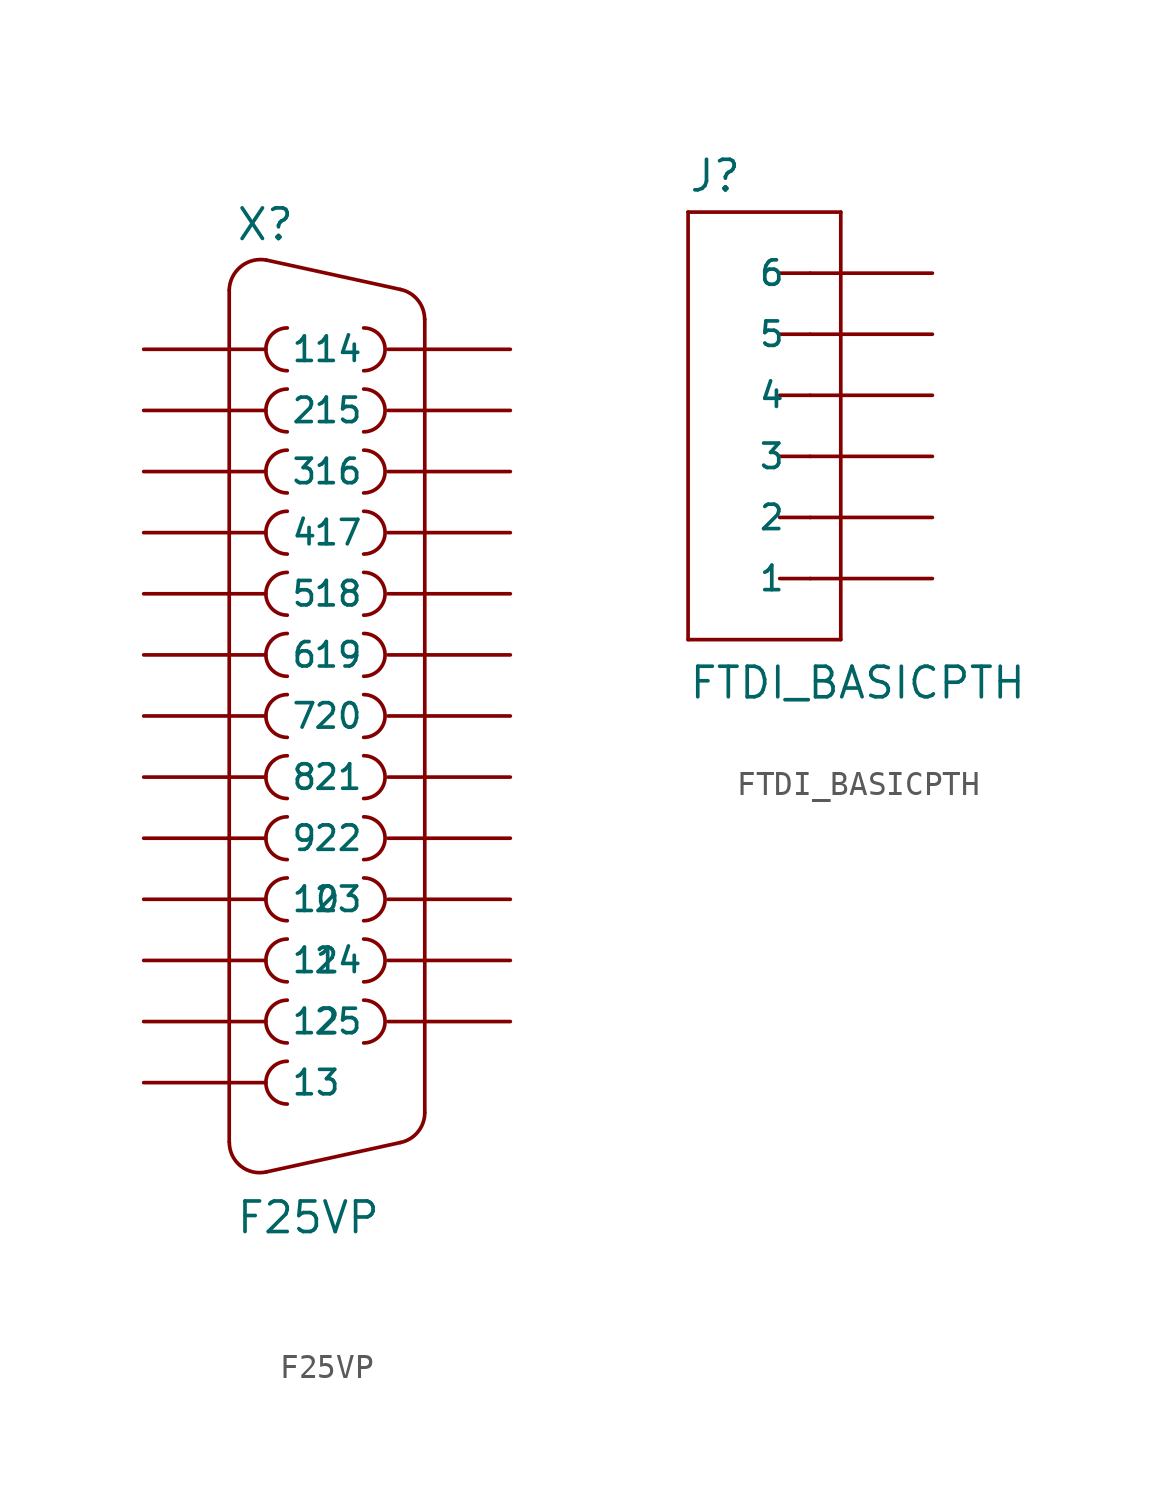
<source format=kicad_sym>
(kicad_symbol_lib
  (version 20211014)
  (generator kicad_symbol_editor)
  (symbol "F25VP"
    (pin_numbers hide)
    (pin_names
      (offset 1.016))
    (property "Reference" "X"
      (at -3.81 19.685 0)
      (effects (font (size 1.27 1.27)) (justify left bottom)))
    (property "Value" "F25VP"
      (at -3.81 -21.59 0)
      (effects (font (size 1.27 1.27)) (justify left bottom)))
    (property "Datasheet" ""
      (at 0 0 0)
      (effects (font (size 1.524 1.524))))
    (property "ki_locked" ""
      (at 0 0 0)
      (effects (font (size 1.27 1.27))))
    (symbol "F25VP_1_0"
      (polyline (pts (xy -4.064 -17.704) (xy -4.064 17.704)) (stroke (width 0) (type default) (color 0 0 0 0)) (fill (type none)))
      (polyline (pts (xy -2.515 -18.948) (xy 3.048 -17.729)) (stroke (width 0) (type default) (color 0 0 0 0)) (fill (type none)))
      (polyline (pts (xy -2.515 18.948) (xy 3.048 17.729)) (stroke (width 0) (type default) (color 0 0 0 0)) (fill (type none)))
      (polyline (pts (xy 4.064 -16.485) (xy 4.064 16.485)) (stroke (width 0) (type default) (color 0 0 0 0)) (fill (type none))))
    (symbol "F25VP_1_1"
      (arc (start -4.064 -17.7038) (mid -3.5879 -18.7072) (end -2.5146 -18.9484) (stroke (width 0) (type default) (color 0 0 0 0)) (fill (type none)))
      (arc (start -2.5146 18.9484) (mid -3.572 18.6877) (end -4.064 17.7038) (stroke (width 0) (type default) (color 0 0 0 0)) (fill (type none)))
      (arc (start -1.651 -14.351) (mid -2.54 -15.24) (end -1.651 -16.129) (stroke (width 0) (type default) (color 0 0 0 0)) (fill (type none)))
      (arc (start -1.651 -11.811) (mid -2.54 -12.7) (end -1.651 -13.589) (stroke (width 0) (type default) (color 0 0 0 0)) (fill (type none)))
      (arc (start -1.651 -9.271) (mid -2.54 -10.16) (end -1.651 -11.049) (stroke (width 0) (type default) (color 0 0 0 0)) (fill (type none)))
      (arc (start -1.651 -6.731) (mid -2.54 -7.62) (end -1.651 -8.509) (stroke (width 0) (type default) (color 0 0 0 0)) (fill (type none)))
      (arc (start -1.651 -4.191) (mid -2.54 -5.08) (end -1.651 -5.969) (stroke (width 0) (type default) (color 0 0 0 0)) (fill (type none)))
      (arc (start -1.651 -1.651) (mid -2.54 -2.54) (end -1.651 -3.429) (stroke (width 0) (type default) (color 0 0 0 0)) (fill (type none)))
      (arc (start -1.651 0.889) (mid -2.54 0) (end -1.651 -0.889) (stroke (width 0) (type default) (color 0 0 0 0)) (fill (type none)))
      (arc (start -1.651 3.429) (mid -2.54 2.54) (end -1.651 1.651) (stroke (width 0) (type default) (color 0 0 0 0)) (fill (type none)))
      (arc (start -1.651 5.969) (mid -2.54 5.08) (end -1.651 4.191) (stroke (width 0) (type default) (color 0 0 0 0)) (fill (type none)))
      (arc (start -1.651 8.509) (mid -2.54 7.62) (end -1.651 6.731) (stroke (width 0) (type default) (color 0 0 0 0)) (fill (type none)))
      (arc (start -1.651 11.049) (mid -2.54 10.16) (end -1.651 9.271) (stroke (width 0) (type default) (color 0 0 0 0)) (fill (type none)))
      (arc (start -1.651 13.589) (mid -2.54 12.7) (end -1.651 11.811) (stroke (width 0) (type default) (color 0 0 0 0)) (fill (type none)))
      (arc (start -1.651 16.129) (mid -2.54 15.24) (end -1.651 14.351) (stroke (width 0) (type default) (color 0 0 0 0)) (fill (type none)))
      (arc (start 1.524 -13.589) (mid 2.413 -12.7) (end 1.524 -11.811) (stroke (width 0) (type default) (color 0 0 0 0)) (fill (type none)))
      (arc (start 1.524 -11.049) (mid 2.413 -10.16) (end 1.524 -9.271) (stroke (width 0) (type default) (color 0 0 0 0)) (fill (type none)))
      (arc (start 1.524 -8.509) (mid 2.413 -7.62) (end 1.524 -6.731) (stroke (width 0) (type default) (color 0 0 0 0)) (fill (type none)))
      (arc (start 1.524 -5.969) (mid 2.413 -5.08) (end 1.524 -4.191) (stroke (width 0) (type default) (color 0 0 0 0)) (fill (type none)))
      (arc (start 1.524 -3.429) (mid 2.413 -2.54) (end 1.524 -1.651) (stroke (width 0) (type default) (color 0 0 0 0)) (fill (type none)))
      (arc (start 1.524 -0.889) (mid 2.413 0) (end 1.524 0.889) (stroke (width 0) (type default) (color 0 0 0 0)) (fill (type none)))
      (arc (start 1.524 1.651) (mid 2.413 2.54) (end 1.524 3.429) (stroke (width 0) (type default) (color 0 0 0 0)) (fill (type none)))
      (arc (start 1.524 4.191) (mid 2.413 5.08) (end 1.524 5.969) (stroke (width 0) (type default) (color 0 0 0 0)) (fill (type none)))
      (arc (start 1.524 6.731) (mid 2.413 7.62) (end 1.524 8.509) (stroke (width 0) (type default) (color 0 0 0 0)) (fill (type none)))
      (arc (start 1.524 9.271) (mid 2.413 10.16) (end 1.524 11.049) (stroke (width 0) (type default) (color 0 0 0 0)) (fill (type none)))
      (arc (start 1.524 11.811) (mid 2.413 12.7) (end 1.524 13.589) (stroke (width 0) (type default) (color 0 0 0 0)) (fill (type none)))
      (arc (start 1.524 14.351) (mid 2.413 15.24) (end 1.524 16.129) (stroke (width 0) (type default) (color 0 0 0 0)) (fill (type none)))
      (arc (start 3.048 -17.7292) (mid 3.7779 -17.288) (end 4.064 -16.4846) (stroke (width 0) (type default) (color 0 0 0 0)) (fill (type none)))
      (arc (start 4.064 16.4846) (mid 3.7777 17.2878) (end 3.048 17.7292) (stroke (width 0) (type default) (color 0 0 0 0)) (fill (type none)))
      (pin passive line (at -7.62 15.24 0) (length 5.08) (name "1" (effects (font (size 1.016 1.016)))) (number "1" (effects (font (size 1.016 1.016)))))
      (pin passive line (at -7.62 -7.62 0) (length 5.08) (name "10" (effects (font (size 1.016 1.016)))) (number "10" (effects (font (size 1.016 1.016)))))
      (pin passive line (at -7.62 -10.16 0) (length 5.08) (name "11" (effects (font (size 1.016 1.016)))) (number "11" (effects (font (size 1.016 1.016)))))
      (pin passive line (at -7.62 -12.7 0) (length 5.08) (name "12" (effects (font (size 1.016 1.016)))) (number "12" (effects (font (size 1.016 1.016)))))
      (pin passive line (at -7.62 -15.24 0) (length 5.08) (name "13" (effects (font (size 1.016 1.016)))) (number "13" (effects (font (size 1.016 1.016)))))
      (pin passive line (at 7.62 15.24 180) (length 5.08) (name "14" (effects (font (size 1.016 1.016)))) (number "14" (effects (font (size 1.016 1.016)))))
      (pin passive line (at 7.62 12.7 180) (length 5.08) (name "15" (effects (font (size 1.016 1.016)))) (number "15" (effects (font (size 1.016 1.016)))))
      (pin passive line (at 7.62 10.16 180) (length 5.08) (name "16" (effects (font (size 1.016 1.016)))) (number "16" (effects (font (size 1.016 1.016)))))
      (pin passive line (at 7.62 7.62 180) (length 5.08) (name "17" (effects (font (size 1.016 1.016)))) (number "17" (effects (font (size 1.016 1.016)))))
      (pin passive line (at 7.62 5.08 180) (length 5.08) (name "18" (effects (font (size 1.016 1.016)))) (number "18" (effects (font (size 1.016 1.016)))))
      (pin passive line (at 7.62 2.54 180) (length 5.08) (name "19" (effects (font (size 1.016 1.016)))) (number "19" (effects (font (size 1.016 1.016)))))
      (pin passive line (at -7.62 12.7 0) (length 5.08) (name "2" (effects (font (size 1.016 1.016)))) (number "2" (effects (font (size 1.016 1.016)))))
      (pin passive line (at 7.62 0 180) (length 5.08) (name "20" (effects (font (size 1.016 1.016)))) (number "20" (effects (font (size 1.016 1.016)))))
      (pin passive line (at 7.62 -2.54 180) (length 5.08) (name "21" (effects (font (size 1.016 1.016)))) (number "21" (effects (font (size 1.016 1.016)))))
      (pin passive line (at 7.62 -5.08 180) (length 5.08) (name "22" (effects (font (size 1.016 1.016)))) (number "22" (effects (font (size 1.016 1.016)))))
      (pin passive line (at 7.62 -7.62 180) (length 5.08) (name "23" (effects (font (size 1.016 1.016)))) (number "23" (effects (font (size 1.016 1.016)))))
      (pin passive line (at 7.62 -10.16 180) (length 5.08) (name "24" (effects (font (size 1.016 1.016)))) (number "24" (effects (font (size 1.016 1.016)))))
      (pin passive line (at 7.62 -12.7 180) (length 5.08) (name "25" (effects (font (size 1.016 1.016)))) (number "25" (effects (font (size 1.016 1.016)))))
      (pin passive line (at -7.62 10.16 0) (length 5.08) (name "3" (effects (font (size 1.016 1.016)))) (number "3" (effects (font (size 1.016 1.016)))))
      (pin passive line (at -7.62 7.62 0) (length 5.08) (name "4" (effects (font (size 1.016 1.016)))) (number "4" (effects (font (size 1.016 1.016)))))
      (pin passive line (at -7.62 5.08 0) (length 5.08) (name "5" (effects (font (size 1.016 1.016)))) (number "5" (effects (font (size 1.016 1.016)))))
      (pin passive line (at -7.62 2.54 0) (length 5.08) (name "6" (effects (font (size 1.016 1.016)))) (number "6" (effects (font (size 1.016 1.016)))))
      (pin passive line (at -7.62 0 0) (length 5.08) (name "7" (effects (font (size 1.016 1.016)))) (number "7" (effects (font (size 1.016 1.016)))))
      (pin passive line (at -7.62 -2.54 0) (length 5.08) (name "8" (effects (font (size 1.016 1.016)))) (number "8" (effects (font (size 1.016 1.016)))))
      (pin passive line (at -7.62 -5.08 0) (length 5.08) (name "9" (effects (font (size 1.016 1.016)))) (number "9" (effects (font (size 1.016 1.016)))))))
  (symbol "FTDI_BASICPTH"
    (pin_numbers hide)
    (pin_names
      (offset 1.016))
    (property "Reference" "J"
      (at -5.08 10.922 0)
      (effects (font (size 1.27 1.27)) (justify left bottom)))
    (property "Value" "FTDI_BASICPTH"
      (at -5.08 -10.16 0)
      (effects (font (size 1.27 1.27)) (justify left bottom)))
    (property "Datasheet" ""
      (at 0 0 0)
      (effects (font (size 1.524 1.524))))
    (property "ki_locked" ""
      (at 0 0 0)
      (effects (font (size 1.27 1.27))))
    (symbol "FTDI_BASICPTH_1_0"
      (polyline (pts (xy -5.08 10.16) (xy -5.08 -7.62)) (stroke (width 0) (type default) (color 0 0 0 0)) (fill (type none)))
      (polyline (pts (xy -5.08 10.16) (xy 1.27 10.16)) (stroke (width 0) (type default) (color 0 0 0 0)) (fill (type none)))
      (polyline (pts (xy -1.27 -5.08) (xy 0 -5.08)) (stroke (width 0) (type default) (color 0 0 0 0)) (fill (type none)))
      (polyline (pts (xy -1.27 -2.54) (xy 0 -2.54)) (stroke (width 0) (type default) (color 0 0 0 0)) (fill (type none)))
      (polyline (pts (xy -1.27 0) (xy 0 0)) (stroke (width 0) (type default) (color 0 0 0 0)) (fill (type none)))
      (polyline (pts (xy -1.27 2.54) (xy 0 2.54)) (stroke (width 0) (type default) (color 0 0 0 0)) (fill (type none)))
      (polyline (pts (xy -1.27 5.08) (xy 0 5.08)) (stroke (width 0) (type default) (color 0 0 0 0)) (fill (type none)))
      (polyline (pts (xy -1.27 7.62) (xy 0 7.62)) (stroke (width 0) (type default) (color 0 0 0 0)) (fill (type none)))
      (polyline (pts (xy 1.27 -7.62) (xy -5.08 -7.62)) (stroke (width 0) (type default) (color 0 0 0 0)) (fill (type none)))
      (polyline (pts (xy 1.27 -7.62) (xy 1.27 10.16)) (stroke (width 0) (type default) (color 0 0 0 0)) (fill (type none))))
    (symbol "FTDI_BASICPTH_1_1"
      (pin passive line (at 5.08 5.08 180) (length 5.08) (name "5" (effects (font (size 1.016 1.016)))) (number "CTS" (effects (font (size 1.016 1.016)))))
      (pin passive line (at 5.08 -5.08 180) (length 5.08) (name "1" (effects (font (size 1.016 1.016)))) (number "DTR" (effects (font (size 1.016 1.016)))))
      (pin passive line (at 5.08 7.62 180) (length 5.08) (name "6" (effects (font (size 1.016 1.016)))) (number "GND" (effects (font (size 1.016 1.016)))))
      (pin passive line (at 5.08 -2.54 180) (length 5.08) (name "2" (effects (font (size 1.016 1.016)))) (number "RXI" (effects (font (size 1.016 1.016)))))
      (pin passive line (at 5.08 0 180) (length 5.08) (name "3" (effects (font (size 1.016 1.016)))) (number "TXO" (effects (font (size 1.016 1.016)))))
      (pin passive line (at 5.08 2.54 180) (length 5.08) (name "4" (effects (font (size 1.016 1.016)))) (number "VCC" (effects (font (size 1.016 1.016))))))))
</source>
